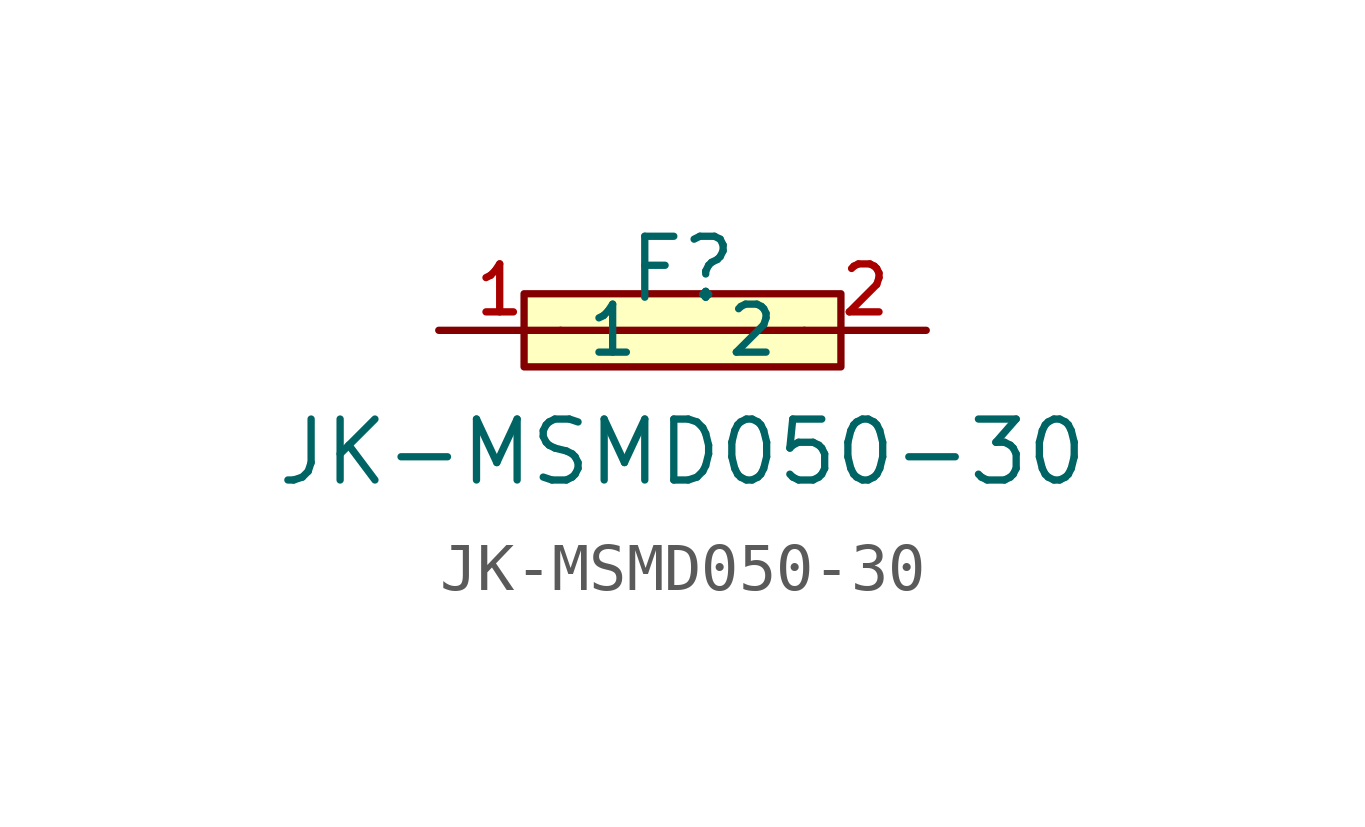
<source format=kicad_sym>
(kicad_symbol_lib
  (version 20210201)
  (generator TousstNicolas/JLC2KiCad_lib)
  (symbol "JK-MSMD050-30"
    (property "Reference" "F"
      (at 0 1.27 0)
      (effects (font (size 1.27 1.27))))
    (property "Value" "JK-MSMD050-30"
      (at 0 -2.54 0)
      (effects (font (size 1.27 1.27))))
    (symbol "JK-MSMD050-30_0_1"
      (rectangle (start -3.302 0.762) (end 3.302 -0.762) (stroke (width 0) (type default) (color 0 0 0 0)) (fill (type background)))
      (pin unspecified line (at -5.08 -0.0 0) (length 2.54) (name "1" (effects (font (size 1 1)))) (number "1" (effects (font (size 1 1)))))
      (pin unspecified line (at 5.08 -0.0 180) (length 2.54) (name "2" (effects (font (size 1 1)))) (number "2" (effects (font (size 1 1)))))
      (polyline (pts (xy -2.54 -0.0) (xy 2.54 -0.0)) (stroke (width 0) (type default) (color 0 0 0 0)) (fill (type none))))))
</source>
